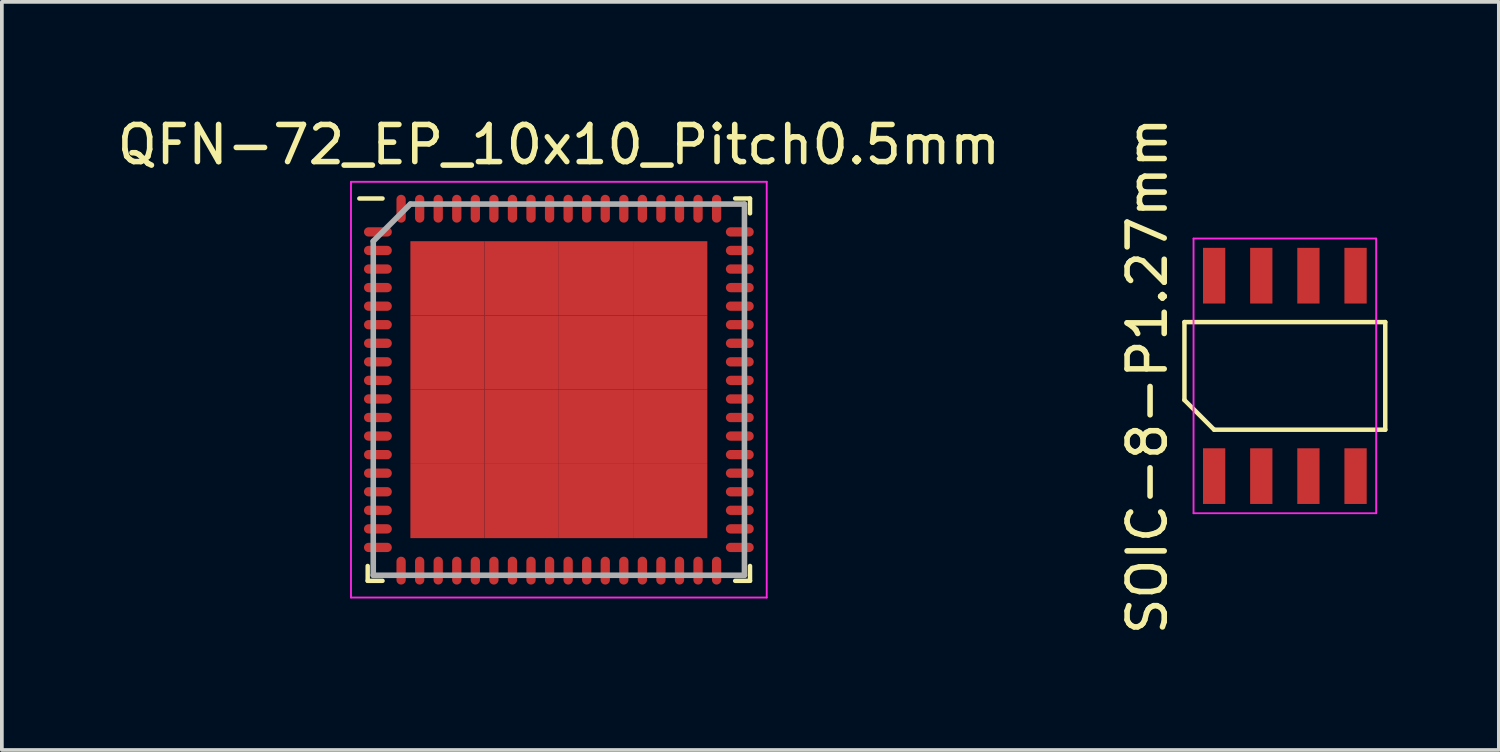
<source format=kicad_pcb>
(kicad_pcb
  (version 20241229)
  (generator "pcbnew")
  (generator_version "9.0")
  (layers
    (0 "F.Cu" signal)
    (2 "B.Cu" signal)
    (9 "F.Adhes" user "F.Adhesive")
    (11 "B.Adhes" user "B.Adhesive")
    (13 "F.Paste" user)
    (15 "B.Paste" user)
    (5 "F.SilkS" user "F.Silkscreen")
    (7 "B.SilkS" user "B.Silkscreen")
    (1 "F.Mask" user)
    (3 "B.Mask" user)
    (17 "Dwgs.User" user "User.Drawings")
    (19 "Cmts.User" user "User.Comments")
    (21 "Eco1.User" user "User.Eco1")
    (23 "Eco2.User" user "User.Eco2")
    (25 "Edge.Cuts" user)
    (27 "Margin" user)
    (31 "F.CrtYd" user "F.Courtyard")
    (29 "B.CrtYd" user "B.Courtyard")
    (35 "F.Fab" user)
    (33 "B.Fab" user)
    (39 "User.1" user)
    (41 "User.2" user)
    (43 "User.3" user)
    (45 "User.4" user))
  (footprint "SOIC-8-P1.27mm"
    (layer "F.Cu")
    (at 31.565 7.077)
    (property "Reference" "SOIC-8-P1.27mm" (at -3.705 0 90) (layer "F.SilkS") (effects (font (size 1 1) (thickness 0.15))))
    (attr smd)
    (fp_line (start -2.705 -1.45) (end 2.705 -1.45) (stroke (width 0.12) (type solid)) (layer "F.SilkS"))
    (fp_line (start -2.705 0.65) (end -2.705 -1.45) (stroke (width 0.12) (type solid)) (layer "F.SilkS"))
    (fp_line (start -1.905 1.45) (end -2.705 0.65) (stroke (width 0.12) (type solid)) (layer "F.SilkS"))
    (fp_line (start 2.705 -1.45) (end 2.705 1.45) (stroke (width 0.12) (type solid)) (layer "F.SilkS"))
    (fp_line (start 2.705 1.45) (end -1.905 1.45) (stroke (width 0.12) (type solid)) (layer "F.SilkS"))
    (fp_line (start -2.46 -3.7) (end 2.46 -3.7) (stroke (width 0.05) (type solid)) (layer "F.CrtYd"))
    (fp_line (start -2.46 3.7) (end -2.46 -3.7) (stroke (width 0.05) (type solid)) (layer "F.CrtYd"))
    (fp_line (start 2.46 -3.7) (end 2.46 3.7) (stroke (width 0.05) (type solid)) (layer "F.CrtYd"))
    (fp_line (start 2.46 3.7) (end -2.46 3.7) (stroke (width 0.05) (type solid)) (layer "F.CrtYd"))
    (pad "1" smd rect (at -1.905 2.7) (size 0.6 1.5) (layers "F.Cu" "F.Mask" "F.Paste"))
    (pad "2" smd rect (at -0.635 2.7) (size 0.6 1.5) (layers "F.Cu" "F.Mask" "F.Paste"))
    (pad "3" smd rect (at 0.635 2.7) (size 0.6 1.5) (layers "F.Cu" "F.Mask" "F.Paste"))
    (pad "4" smd rect (at 1.905 2.7) (size 0.6 1.5) (layers "F.Cu" "F.Mask" "F.Paste"))
    (pad "5" smd rect (at 1.905 -2.7) (size 0.6 1.5) (layers "F.Cu" "F.Mask" "F.Paste"))
    (pad "6" smd rect (at 0.635 -2.7) (size 0.6 1.5) (layers "F.Cu" "F.Mask" "F.Paste"))
    (pad "7" smd rect (at -0.635 -2.7) (size 0.6 1.5) (layers "F.Cu" "F.Mask" "F.Paste"))
    (pad "8" smd rect (at -1.905 -2.7) (size 0.6 1.5) (layers "F.Cu" "F.Mask" "F.Paste")))
  (footprint "QFN-72_EP_10x10_Pitch0.5mm"
    (layer "F.Cu")
    (at 12.006 7.448)
    (property "Reference" "QFN-72_EP_10x10_Pitch0.5mm" (at 0 -6.6 0) (layer "F.SilkS") (effects (font (size 1 1) (thickness 0.15))))
    (attr smd)
    (fp_line (start -5.15 5.15) (end -5.15 4.75) (stroke (width 0.12) (type solid)) (layer "F.SilkS"))
    (fp_line (start -4.75 -5.15) (end -5.375 -5.15) (stroke (width 0.12) (type solid)) (layer "F.SilkS"))
    (fp_line (start -4.75 5.15) (end -5.15 5.15) (stroke (width 0.12) (type solid)) (layer "F.SilkS"))
    (fp_line (start 4.75 -5.15) (end 5.15 -5.15) (stroke (width 0.12) (type solid)) (layer "F.SilkS"))
    (fp_line (start 4.75 5.15) (end 5.15 5.15) (stroke (width 0.12) (type solid)) (layer "F.SilkS"))
    (fp_line (start 5.15 -5.15) (end 5.15 -4.75) (stroke (width 0.12) (type solid)) (layer "F.SilkS"))
    (fp_line (start 5.15 5.15) (end 5.15 4.75) (stroke (width 0.12) (type solid)) (layer "F.SilkS"))
    (fp_line (start -5.6 -5.6) (end 5.6 -5.6) (stroke (width 0.05) (type solid)) (layer "F.CrtYd"))
    (fp_line (start -5.6 5.6) (end -5.6 -5.6) (stroke (width 0.05) (type solid)) (layer "F.CrtYd"))
    (fp_line (start 5.6 -5.6) (end 5.6 5.6) (stroke (width 0.05) (type solid)) (layer "F.CrtYd"))
    (fp_line (start 5.6 5.6) (end -5.6 5.6) (stroke (width 0.05) (type solid)) (layer "F.CrtYd"))
    (fp_line (start -5 -4) (end -5 5) (stroke (width 0.15) (type solid)) (layer "F.Fab"))
    (fp_line (start -5 5) (end 5 5) (stroke (width 0.15) (type solid)) (layer "F.Fab"))
    (fp_line (start -4 -5) (end -5 -4) (stroke (width 0.15) (type solid)) (layer "F.Fab"))
    (fp_line (start 5 -5) (end -4 -5) (stroke (width 0.15) (type solid)) (layer "F.Fab"))
    (fp_line (start 5 5) (end 5 -5) (stroke (width 0.15) (type solid)) (layer "F.Fab"))
    (pad "1" smd oval (at -4.875 -4.25 90) (size 0.25 0.75) (layers "F.Cu" "F.Mask" "F.Paste"))
    (pad "2" smd oval (at -4.875 -3.75 90) (size 0.25 0.75) (layers "F.Cu" "F.Mask" "F.Paste"))
    (pad "3" smd oval (at -4.875 -3.25 90) (size 0.25 0.75) (layers "F.Cu" "F.Mask" "F.Paste"))
    (pad "4" smd oval (at -4.875 -2.75 90) (size 0.25 0.75) (layers "F.Cu" "F.Mask" "F.Paste"))
    (pad "5" smd oval (at -4.875 -2.25 90) (size 0.25 0.75) (layers "F.Cu" "F.Mask" "F.Paste"))
    (pad "6" smd oval (at -4.875 -1.75 90) (size 0.25 0.75) (layers "F.Cu" "F.Mask" "F.Paste"))
    (pad "7" smd oval (at -4.875 -1.25 90) (size 0.25 0.75) (layers "F.Cu" "F.Mask" "F.Paste"))
    (pad "8" smd oval (at -4.875 -0.75 90) (size 0.25 0.75) (layers "F.Cu" "F.Mask" "F.Paste"))
    (pad "9" smd oval (at -4.875 -0.25 90) (size 0.25 0.75) (layers "F.Cu" "F.Mask" "F.Paste"))
    (pad "10" smd oval (at -4.875 0.25 90) (size 0.25 0.75) (layers "F.Cu" "F.Mask" "F.Paste"))
    (pad "11" smd oval (at -4.875 0.75 90) (size 0.25 0.75) (layers "F.Cu" "F.Mask" "F.Paste"))
    (pad "12" smd oval (at -4.875 1.25 90) (size 0.25 0.75) (layers "F.Cu" "F.Mask" "F.Paste"))
    (pad "13" smd oval (at -4.875 1.75 90) (size 0.25 0.75) (layers "F.Cu" "F.Mask" "F.Paste"))
    (pad "14" smd oval (at -4.875 2.25 90) (size 0.25 0.75) (layers "F.Cu" "F.Mask" "F.Paste"))
    (pad "15" smd oval (at -4.875 2.75 90) (size 0.25 0.75) (layers "F.Cu" "F.Mask" "F.Paste"))
    (pad "16" smd oval (at -4.875 3.25 90) (size 0.25 0.75) (layers "F.Cu" "F.Mask" "F.Paste"))
    (pad "17" smd oval (at -4.875 3.75 90) (size 0.25 0.75) (layers "F.Cu" "F.Mask" "F.Paste"))
    (pad "18" smd oval (at -4.875 4.25 90) (size 0.25 0.75) (layers "F.Cu" "F.Mask" "F.Paste"))
    (pad "19" smd oval (at -4.25 4.875) (size 0.25 0.75) (layers "F.Cu" "F.Mask" "F.Paste"))
    (pad "20" smd oval (at -3.75 4.875) (size 0.25 0.75) (layers "F.Cu" "F.Mask" "F.Paste"))
    (pad "21" smd oval (at -3.25 4.875) (size 0.25 0.75) (layers "F.Cu" "F.Mask" "F.Paste"))
    (pad "22" smd oval (at -2.75 4.875) (size 0.25 0.75) (layers "F.Cu" "F.Mask" "F.Paste"))
    (pad "23" smd oval (at -2.25 4.875) (size 0.25 0.75) (layers "F.Cu" "F.Mask" "F.Paste"))
    (pad "24" smd oval (at -1.75 4.875) (size 0.25 0.75) (layers "F.Cu" "F.Mask" "F.Paste"))
    (pad "25" smd oval (at -1.25 4.875) (size 0.25 0.75) (layers "F.Cu" "F.Mask" "F.Paste"))
    (pad "26" smd oval (at -0.75 4.875) (size 0.25 0.75) (layers "F.Cu" "F.Mask" "F.Paste"))
    (pad "27" smd oval (at -0.25 4.875) (size 0.25 0.75) (layers "F.Cu" "F.Mask" "F.Paste"))
    (pad "28" smd oval (at 0.25 4.875) (size 0.25 0.75) (layers "F.Cu" "F.Mask" "F.Paste"))
    (pad "29" smd oval (at 0.75 4.875) (size 0.25 0.75) (layers "F.Cu" "F.Mask" "F.Paste"))
    (pad "30" smd oval (at 1.25 4.875) (size 0.25 0.75) (layers "F.Cu" "F.Mask" "F.Paste"))
    (pad "31" smd oval (at 1.75 4.875) (size 0.25 0.75) (layers "F.Cu" "F.Mask" "F.Paste"))
    (pad "32" smd oval (at 2.25 4.875) (size 0.25 0.75) (layers "F.Cu" "F.Mask" "F.Paste"))
    (pad "33" smd oval (at 2.75 4.875) (size 0.25 0.75) (layers "F.Cu" "F.Mask" "F.Paste"))
    (pad "34" smd oval (at 3.25 4.875) (size 0.25 0.75) (layers "F.Cu" "F.Mask" "F.Paste"))
    (pad "35" smd oval (at 3.75 4.875) (size 0.25 0.75) (layers "F.Cu" "F.Mask" "F.Paste"))
    (pad "36" smd oval (at 4.25 4.875) (size 0.25 0.75) (layers "F.Cu" "F.Mask" "F.Paste"))
    (pad "37" smd oval (at 4.875 4.25 90) (size 0.25 0.75) (layers "F.Cu" "F.Mask" "F.Paste"))
    (pad "38" smd oval (at 4.875 3.75 90) (size 0.25 0.75) (layers "F.Cu" "F.Mask" "F.Paste"))
    (pad "39" smd oval (at 4.875 3.25 90) (size 0.25 0.75) (layers "F.Cu" "F.Mask" "F.Paste"))
    (pad "40" smd oval (at 4.875 2.75 90) (size 0.25 0.75) (layers "F.Cu" "F.Mask" "F.Paste"))
    (pad "41" smd oval (at 4.875 2.25 90) (size 0.25 0.75) (layers "F.Cu" "F.Mask" "F.Paste"))
    (pad "42" smd oval (at 4.875 1.75 90) (size 0.25 0.75) (layers "F.Cu" "F.Mask" "F.Paste"))
    (pad "43" smd oval (at 4.875 1.25 90) (size 0.25 0.75) (layers "F.Cu" "F.Mask" "F.Paste"))
    (pad "44" smd oval (at 4.875 0.75 90) (size 0.25 0.75) (layers "F.Cu" "F.Mask" "F.Paste"))
    (pad "45" smd oval (at 4.875 0.25 90) (size 0.25 0.75) (layers "F.Cu" "F.Mask" "F.Paste"))
    (pad "46" smd oval (at 4.875 -0.25 90) (size 0.25 0.75) (layers "F.Cu" "F.Mask" "F.Paste"))
    (pad "47" smd oval (at 4.875 -0.75 90) (size 0.25 0.75) (layers "F.Cu" "F.Mask" "F.Paste"))
    (pad "48" smd oval (at 4.875 -1.25 90) (size 0.25 0.75) (layers "F.Cu" "F.Mask" "F.Paste"))
    (pad "49" smd oval (at 4.875 -1.75 90) (size 0.25 0.75) (layers "F.Cu" "F.Mask" "F.Paste"))
    (pad "50" smd oval (at 4.875 -2.25 90) (size 0.25 0.75) (layers "F.Cu" "F.Mask" "F.Paste"))
    (pad "51" smd oval (at 4.875 -2.75 90) (size 0.25 0.75) (layers "F.Cu" "F.Mask" "F.Paste"))
    (pad "52" smd oval (at 4.875 -3.25 90) (size 0.25 0.75) (layers "F.Cu" "F.Mask" "F.Paste"))
    (pad "53" smd oval (at 4.875 -3.75 90) (size 0.25 0.75) (layers "F.Cu" "F.Mask" "F.Paste"))
    (pad "54" smd oval (at 4.875 -4.25 90) (size 0.25 0.75) (layers "F.Cu" "F.Mask" "F.Paste"))
    (pad "55" smd oval (at 4.25 -4.875) (size 0.25 0.75) (layers "F.Cu" "F.Mask" "F.Paste"))
    (pad "56" smd oval (at 3.75 -4.875) (size 0.25 0.75) (layers "F.Cu" "F.Mask" "F.Paste"))
    (pad "57" smd oval (at 3.25 -4.875) (size 0.25 0.75) (layers "F.Cu" "F.Mask" "F.Paste"))
    (pad "58" smd oval (at 2.75 -4.875) (size 0.25 0.75) (layers "F.Cu" "F.Mask" "F.Paste"))
    (pad "59" smd oval (at 2.25 -4.875) (size 0.25 0.75) (layers "F.Cu" "F.Mask" "F.Paste"))
    (pad "60" smd oval (at 1.75 -4.875) (size 0.25 0.75) (layers "F.Cu" "F.Mask" "F.Paste"))
    (pad "61" smd oval (at 1.25 -4.875) (size 0.25 0.75) (layers "F.Cu" "F.Mask" "F.Paste"))
    (pad "62" smd oval (at 0.75 -4.875) (size 0.25 0.75) (layers "F.Cu" "F.Mask" "F.Paste"))
    (pad "63" smd oval (at 0.25 -4.875) (size 0.25 0.75) (layers "F.Cu" "F.Mask" "F.Paste"))
    (pad "64" smd oval (at -0.25 -4.875) (size 0.25 0.75) (layers "F.Cu" "F.Mask" "F.Paste"))
    (pad "65" smd oval (at -0.75 -4.875) (size 0.25 0.75) (layers "F.Cu" "F.Mask" "F.Paste"))
    (pad "66" smd oval (at -1.25 -4.875) (size 0.25 0.75) (layers "F.Cu" "F.Mask" "F.Paste"))
    (pad "67" smd oval (at -1.75 -4.875) (size 0.25 0.75) (layers "F.Cu" "F.Mask" "F.Paste"))
    (pad "68" smd oval (at -2.25 -4.875) (size 0.25 0.75) (layers "F.Cu" "F.Mask" "F.Paste"))
    (pad "69" smd oval (at -2.75 -4.875) (size 0.25 0.75) (layers "F.Cu" "F.Mask" "F.Paste"))
    (pad "70" smd oval (at -3.25 -4.875) (size 0.25 0.75) (layers "F.Cu" "F.Mask" "F.Paste"))
    (pad "71" smd oval (at -3.75 -4.875) (size 0.25 0.75) (layers "F.Cu" "F.Mask" "F.Paste"))
    (pad "72" smd oval (at -4.25 -4.875) (size 0.25 0.75) (layers "F.Cu" "F.Mask" "F.Paste"))
    (pad "73" smd rect (at -3 -3) (size 2 2) (layers "F.Cu" "F.Mask" "F.Paste"))
    (pad "73" smd rect (at -3 -1) (size 2 2) (layers "F.Cu" "F.Mask" "F.Paste"))
    (pad "73" smd rect (at -3 1) (size 2 2) (layers "F.Cu" "F.Mask" "F.Paste"))
    (pad "73" smd rect (at -3 3) (size 2 2) (layers "F.Cu" "F.Mask" "F.Paste"))
    (pad "73" smd rect (at -1 -3) (size 2 2) (layers "F.Cu" "F.Mask" "F.Paste"))
    (pad "73" smd rect (at -1 -1) (size 2 2) (layers "F.Cu" "F.Mask" "F.Paste"))
    (pad "73" smd rect (at -1 1) (size 2 2) (layers "F.Cu" "F.Mask" "F.Paste"))
    (pad "73" smd rect (at -1 3) (size 2 2) (layers "F.Cu" "F.Mask" "F.Paste"))
    (pad "73" smd rect (at 1 -3) (size 2 2) (layers "F.Cu" "F.Mask" "F.Paste"))
    (pad "73" smd rect (at 1 -1) (size 2 2) (layers "F.Cu" "F.Mask" "F.Paste"))
    (pad "73" smd rect (at 1 1) (size 2 2) (layers "F.Cu" "F.Mask" "F.Paste"))
    (pad "73" smd rect (at 1 3) (size 2 2) (layers "F.Cu" "F.Mask" "F.Paste"))
    (pad "73" smd rect (at 3 -3) (size 2 2) (layers "F.Cu" "F.Mask" "F.Paste"))
    (pad "73" smd rect (at 3 -1) (size 2 2) (layers "F.Cu" "F.Mask" "F.Paste"))
    (pad "73" smd rect (at 3 1) (size 2 2) (layers "F.Cu" "F.Mask" "F.Paste"))
    (pad "73" smd rect (at 3 3) (size 2 2) (layers "F.Cu" "F.Mask" "F.Paste")))
  (gr_rect
    (start -3 -3)
    (end 37.33 17.155)
    (stroke (width 0.1) (type default))
    (fill no)
    (layer "Edge.Cuts")))
</source>
